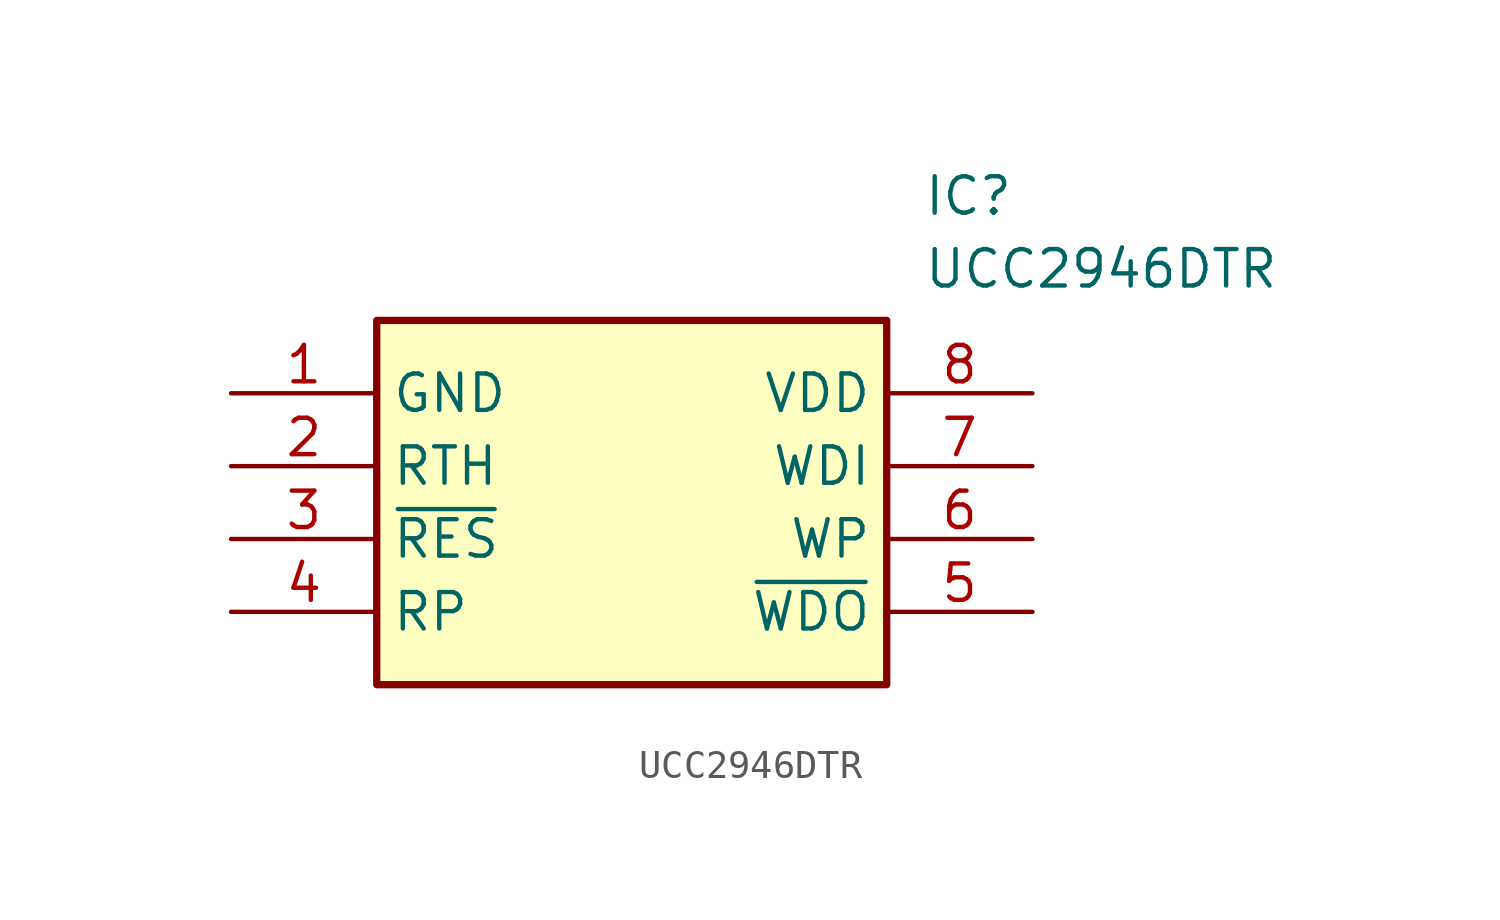
<source format=kicad_sym>
(kicad_symbol_lib
  (version 20211014)
  (generator SamacSys_ECAD_Model)
  (symbol "UCC2946DTR"
    (property "Reference" "IC"
      (at 24.13 7.62 0)
      (effects (font (size 1.27 1.27)) (justify left top)))
    (property "Value" "UCC2946DTR"
      (at 24.13 5.08 0)
      (effects (font (size 1.27 1.27)) (justify left top)))
    (rectangle
      (start 5.08 2.54)
      (end 22.86 -10.16)
      (stroke (width 0.254) (type default))
      (fill (type background)))
    (pin passive line
      (at 0 0 0)
      (length 5.08)
      (name "GND" (effects (font (size 1.27 1.27))))
      (number "1" (effects (font (size 1.27 1.27)))))
    (pin passive line
      (at 0 -2.54 0)
      (length 5.08)
      (name "RTH" (effects (font (size 1.27 1.27))))
      (number "2" (effects (font (size 1.27 1.27)))))
    (pin passive line
      (at 0 -5.08 0)
      (length 5.08)
      (name "~{RES}" (effects (font (size 1.27 1.27))))
      (number "3" (effects (font (size 1.27 1.27)))))
    (pin passive line
      (at 0 -7.62 0)
      (length 5.08)
      (name "RP" (effects (font (size 1.27 1.27))))
      (number "4" (effects (font (size 1.27 1.27)))))
    (pin passive line
      (at 27.94 0 180)
      (length 5.08)
      (name "VDD" (effects (font (size 1.27 1.27))))
      (number "8" (effects (font (size 1.27 1.27)))))
    (pin passive line
      (at 27.94 -2.54 180)
      (length 5.08)
      (name "WDI" (effects (font (size 1.27 1.27))))
      (number "7" (effects (font (size 1.27 1.27)))))
    (pin passive line
      (at 27.94 -5.08 180)
      (length 5.08)
      (name "WP" (effects (font (size 1.27 1.27))))
      (number "6" (effects (font (size 1.27 1.27)))))
    (pin passive line
      (at 27.94 -7.62 180)
      (length 5.08)
      (name "~{WDO}" (effects (font (size 1.27 1.27))))
      (number "5" (effects (font (size 1.27 1.27)))))))
</source>
